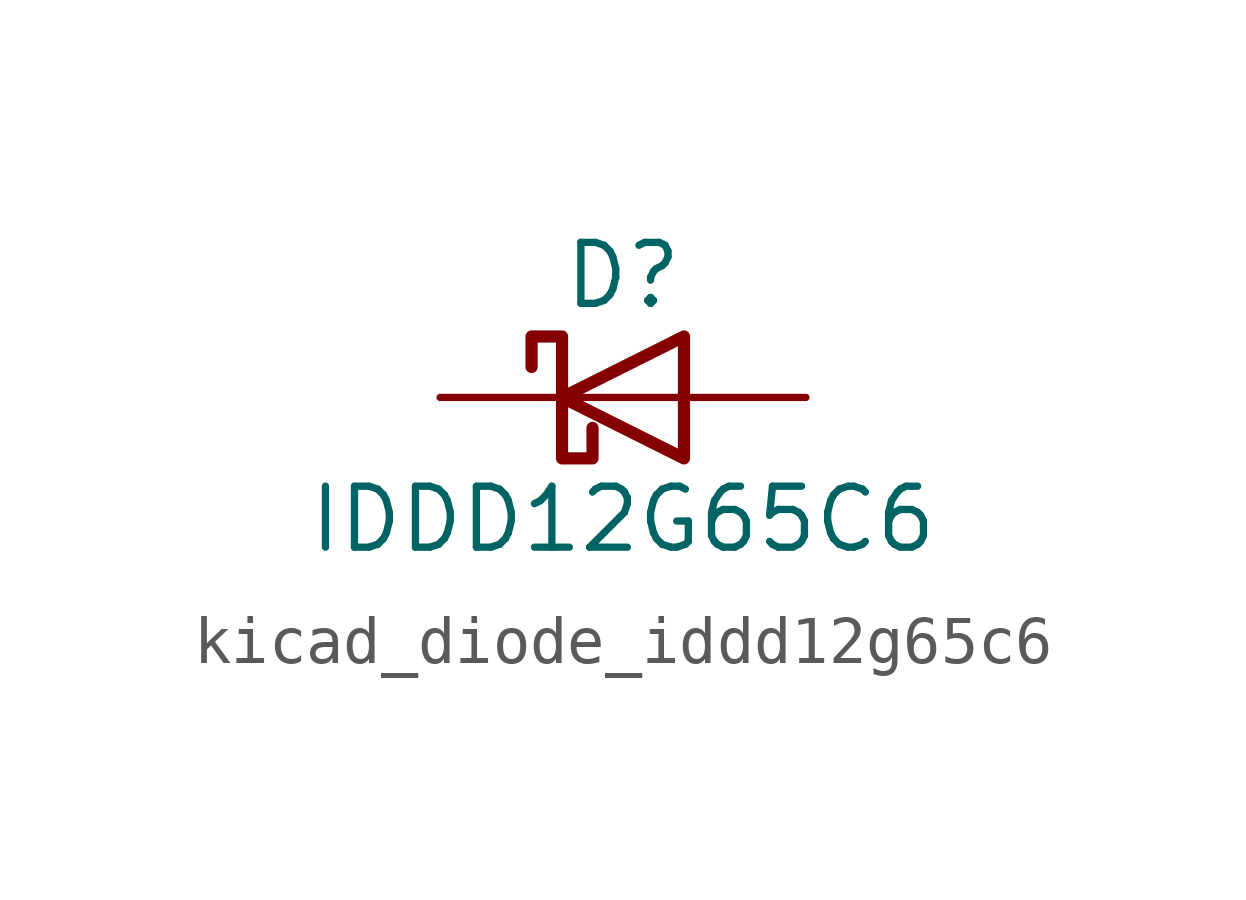
<source format=kicad_sym>
(kicad_symbol_lib
  (version 20220914)
  (generator kicad_symbol_editor)
  (symbol "kicad_diode_iddd12g65c6"
    (pin_numbers hide)
    (pin_names
      (offset 1.016) hide)
    (property "Reference" "D"
      (at 0 2.54 0)
      (effects (font (size 1.27 1.27))))
    (property "Value" "IDDD12G65C6"
      (at 0 -2.54 0)
      (effects (font (size 1.27 1.27))))
    (symbol "kicad_diode_iddd12g65c6_0_1"
      (polyline (pts (xy 1.27 0) (xy -1.27 0)) (stroke (width 0) (type default)) (fill (type none)))
      (polyline (pts (xy 1.27 1.27) (xy 1.27 -1.27) (xy -1.27 0) (xy 1.27 1.27)) (stroke (width 0.254) (type default)) (fill (type none)))
      (polyline (pts (xy -1.905 0.635) (xy -1.905 1.27) (xy -1.27 1.27) (xy -1.27 -1.27) (xy -0.635 -1.27) (xy -0.635 -0.635)) (stroke (width 0.254) (type default)) (fill (type none))))
    (symbol "kicad_diode_iddd12g65c6_1_1"
      (pin no_connect line (at 1.27 -1.27 180) (length 2.54) hide (name "NC" (effects (font (size 1.27 1.27)))) (number "1" (effects (font (size 1.27 1.27)))))
      (pin passive line (at -3.81 0 0) (length 2.54) hide (name "K" (effects (font (size 1.27 1.27)))) (number "10" (effects (font (size 1.27 1.27)))))
      (pin no_connect line (at 1.27 1.27 180) (length 2.54) hide (name "NC" (effects (font (size 1.27 1.27)))) (number "2" (effects (font (size 1.27 1.27)))))
      (pin passive line (at 3.81 0 180) (length 2.54) (name "A" (effects (font (size 1.27 1.27)))) (number "3" (effects (font (size 1.27 1.27)))))
      (pin passive line (at 3.81 0 180) (length 2.54) hide (name "A" (effects (font (size 1.27 1.27)))) (number "4" (effects (font (size 1.27 1.27)))))
      (pin passive line (at 3.81 0 180) (length 2.54) hide (name "A" (effects (font (size 1.27 1.27)))) (number "5" (effects (font (size 1.27 1.27)))))
      (pin passive line (at -3.81 0 0) (length 2.54) (name "K" (effects (font (size 1.27 1.27)))) (number "6" (effects (font (size 1.27 1.27)))))
      (pin passive line (at -3.81 0 0) (length 2.54) hide (name "K" (effects (font (size 1.27 1.27)))) (number "7" (effects (font (size 1.27 1.27)))))
      (pin passive line (at -3.81 0 0) (length 2.54) hide (name "K" (effects (font (size 1.27 1.27)))) (number "8" (effects (font (size 1.27 1.27)))))
      (pin passive line (at -3.81 0 0) (length 2.54) hide (name "K" (effects (font (size 1.27 1.27)))) (number "9" (effects (font (size 1.27 1.27))))))))
</source>
